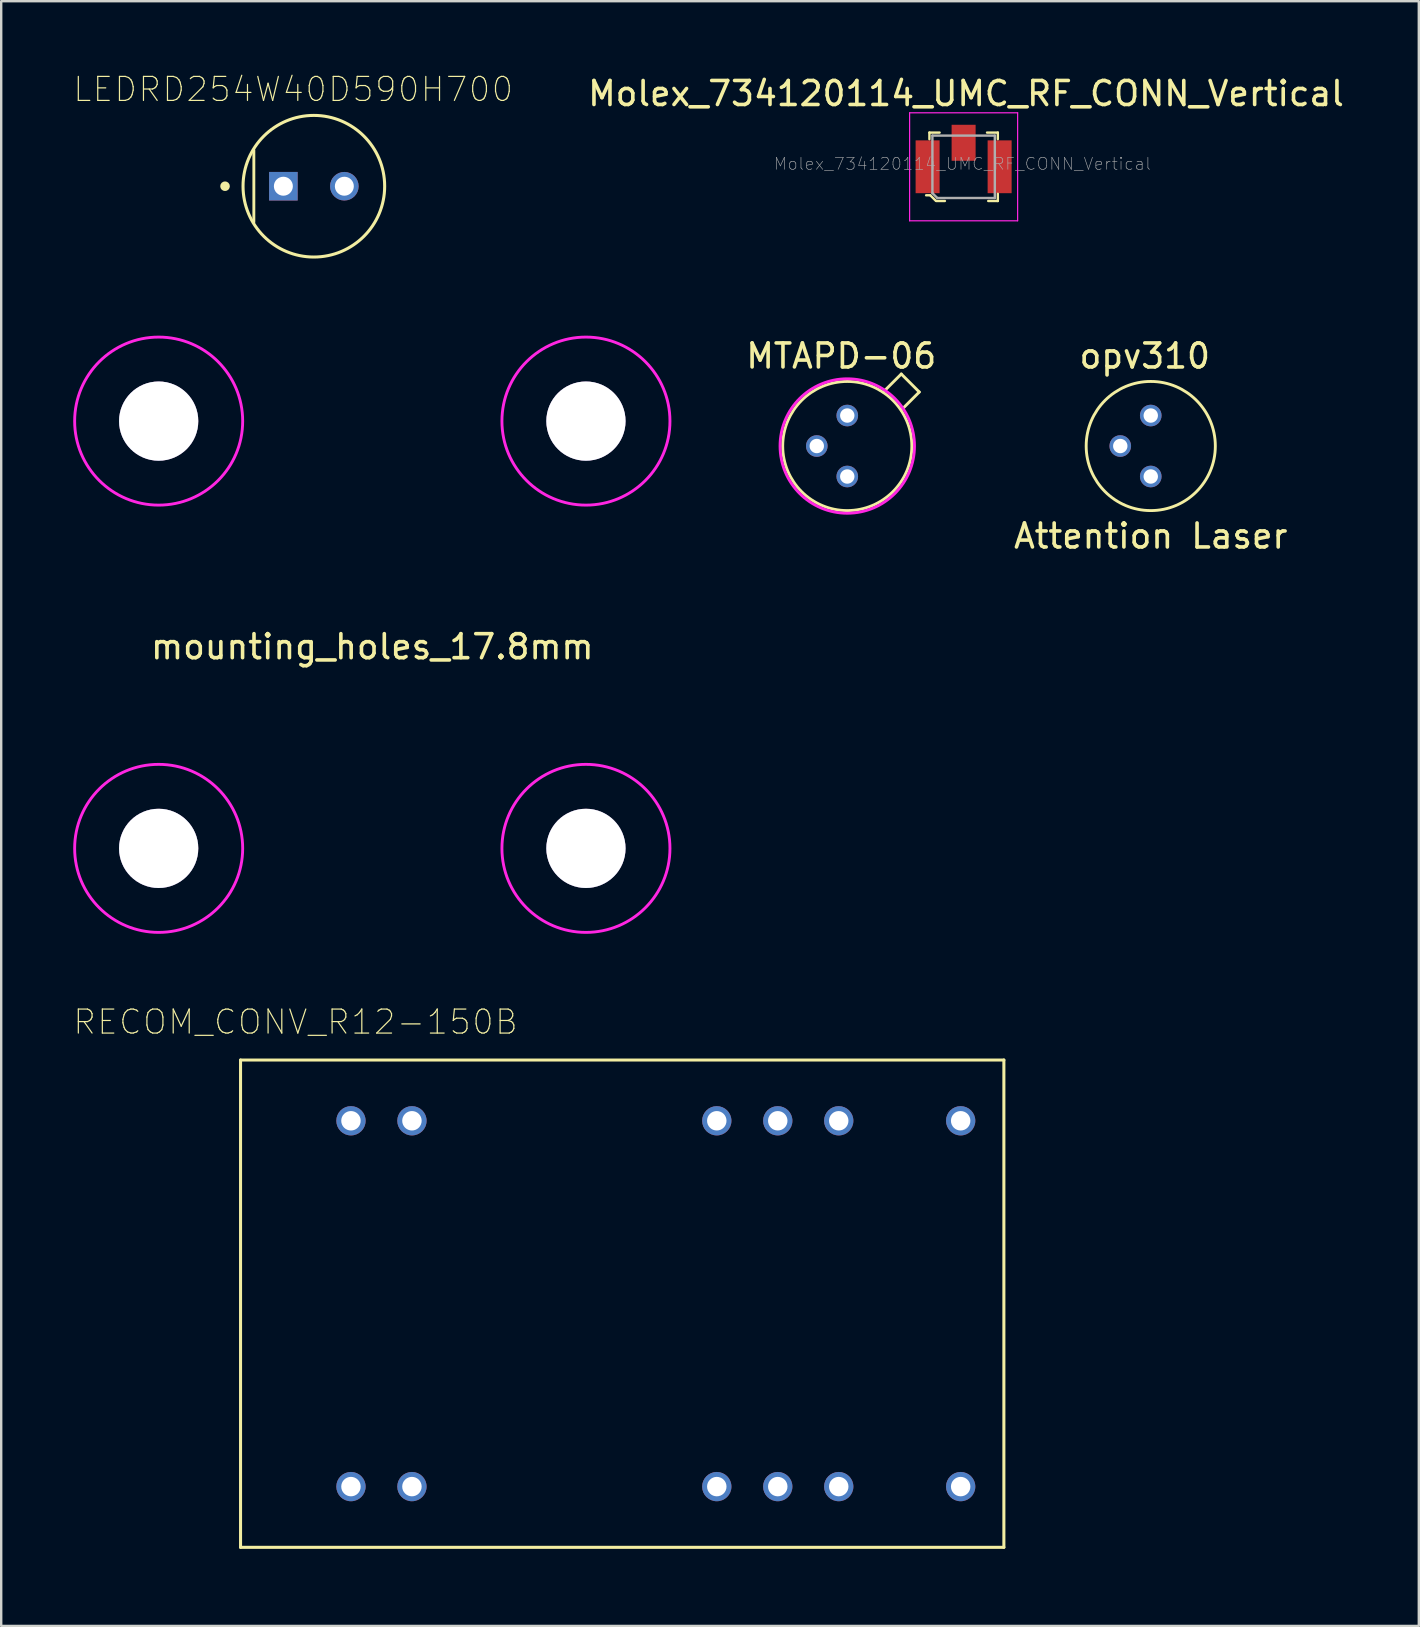
<source format=kicad_pcb>
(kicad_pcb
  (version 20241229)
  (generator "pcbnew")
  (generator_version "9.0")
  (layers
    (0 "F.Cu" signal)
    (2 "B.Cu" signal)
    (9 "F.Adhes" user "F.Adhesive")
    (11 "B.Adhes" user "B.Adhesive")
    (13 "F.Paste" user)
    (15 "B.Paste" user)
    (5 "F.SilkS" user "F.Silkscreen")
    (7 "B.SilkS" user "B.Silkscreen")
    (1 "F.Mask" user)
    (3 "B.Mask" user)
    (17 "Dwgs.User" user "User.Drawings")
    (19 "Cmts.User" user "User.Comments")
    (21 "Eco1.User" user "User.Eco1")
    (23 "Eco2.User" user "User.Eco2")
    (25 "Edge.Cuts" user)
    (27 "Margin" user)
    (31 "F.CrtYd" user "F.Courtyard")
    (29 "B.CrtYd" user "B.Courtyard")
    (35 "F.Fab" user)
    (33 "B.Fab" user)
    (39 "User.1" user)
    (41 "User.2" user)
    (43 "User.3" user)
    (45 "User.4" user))
  (footprint "mounting_holes_17.8mm"
    (layer "F.Cu")
    (at 12.46 23.393)
    (property "Reference" "mounting_holes_17.8mm" (at 0 0.5 0) (layer "F.SilkS") (effects (font (size 1 1) (thickness 0.15))))
    (attr through_hole)
    (fp_circle (center -8.9 -8.9) (end -5.4 -8.9) (stroke (width 0.12) (type solid)) (fill no) (layer "F.CrtYd"))
    (fp_circle (center -8.9 8.9) (end -5.4 8.9) (stroke (width 0.12) (type solid)) (fill no) (layer "F.CrtYd"))
    (fp_circle (center 8.9 -8.9) (end 12.4 -8.9) (stroke (width 0.12) (type solid)) (fill no) (layer "F.CrtYd"))
    (fp_circle (center 8.9 8.9) (end 12.4 8.9) (stroke (width 0.12) (type solid)) (fill no) (layer "F.CrtYd"))
    (pad "1" thru_hole circle (at -8.9 -8.9) (size 3.3 3.3) (drill 3.3) (layers "*.Cu" "*.Mask"))
    (pad "1" thru_hole circle (at -8.9 8.9) (size 3.3 3.3) (drill 3.3) (layers "*.Cu" "*.Mask"))
    (pad "1" thru_hole circle (at 8.9 -8.9) (size 3.3 3.3) (drill 3.3) (layers "*.Cu" "*.Mask"))
    (pad "1" thru_hole circle (at 8.9 8.9) (size 3.3 3.3) (drill 3.3) (layers "*.Cu" "*.Mask")))
  (footprint "Molex_734120114_UMC_RF_CONN_Vertical"
    (layer "F.Cu")
    (at 37.094 3.898)
    (property "Reference" "Molex_734120114_UMC_RF_CONN_Vertical" (at 0.1 -3.05 0) (layer "F.SilkS") (effects (font (size 1 1) (thickness 0.15))))
    (attr smd)
    (fp_line (start -1.562 1.188) (end -1.394 1.188) (stroke (width 0.1) (type solid)) (layer "F.SilkS"))
    (fp_line (start -1.425 -1.425) (end -1.425 -1.15) (stroke (width 0.1) (type solid)) (layer "F.SilkS"))
    (fp_line (start -1.385 1.193) (end -1.165 1.41) (stroke (width 0.1) (type solid)) (layer "F.SilkS"))
    (fp_line (start -1.146 1.425) (end -0.78 1.425) (stroke (width 0.1) (type solid)) (layer "F.SilkS"))
    (fp_line (start -1 -1.425) (end -1.425 -1.425) (stroke (width 0.1) (type solid)) (layer "F.SilkS"))
    (fp_line (start 0.975 -1.425) (end 1.425 -1.425) (stroke (width 0.1) (type solid)) (layer "F.SilkS"))
    (fp_line (start 1.425 -1.425) (end 1.425 -1.15) (stroke (width 0.1) (type solid)) (layer "F.SilkS"))
    (fp_line (start 1.425 1.125) (end 1.425 1.425) (stroke (width 0.1) (type solid)) (layer "F.SilkS"))
    (fp_line (start 1.425 1.425) (end 1.025 1.425) (stroke (width 0.1) (type solid)) (layer "F.SilkS"))
    (fp_line (start -2.25 -2.25) (end 2.25 -2.25) (stroke (width 0.05) (type solid)) (layer "F.CrtYd"))
    (fp_line (start -2.25 2.25) (end -2.25 -2.25) (stroke (width 0.05) (type solid)) (layer "F.CrtYd"))
    (fp_line (start 2.25 -2.25) (end 2.25 2.25) (stroke (width 0.05) (type solid)) (layer "F.CrtYd"))
    (fp_line (start 2.25 2.25) (end -2.25 2.25) (stroke (width 0.05) (type solid)) (layer "F.CrtYd"))
    (fp_line (start -1.3 -1.3) (end -1.3 1.1) (stroke (width 0.1) (type solid)) (layer "F.Fab"))
    (fp_line (start -1.3 -1.3) (end 1.3 -1.3) (stroke (width 0.1) (type solid)) (layer "F.Fab"))
    (fp_line (start -1.298 1.1) (end -1.097 1.3) (stroke (width 0.1) (type solid)) (layer "F.Fab"))
    (fp_line (start 1.3 -1.3) (end 1.3 1.3) (stroke (width 0.1) (type solid)) (layer "F.Fab"))
    (fp_line (start 1.3 1.3) (end -1.097 1.3) (stroke (width 0.1) (type solid)) (layer "F.Fab"))
    (fp_text user "${REFERENCE}" (at -0.05 -0.125 0) (layer "F.Fab") (effects (font (size 0.5 0.5) (thickness 0.025))))
    (pad "1" smd rect (at -1.5 0) (size 1 2.2) (layers "F.Cu" "F.Mask" "F.Paste"))
    (pad "2" smd rect (at 0 -1) (size 1 1.5) (layers "F.Cu" "F.Mask" "F.Paste"))
    (pad "3" smd rect (at 1.5 0) (size 1 2.2) (layers "F.Cu" "F.Mask" "F.Paste")))
  (footprint "MTAPD-06"
    (layer "F.Cu")
    (at 32.247 15.531)
    (property "Reference" "MTAPD-06" (at -0.25 -3.75 0) (layer "F.SilkS") (effects (font (size 1 1) (thickness 0.15))))
    (attr through_hole)
    (fp_line (start 1.5 -2.25) (end 2.25 -3) (stroke (width 0.12) (type solid)) (layer "F.SilkS"))
    (fp_line (start 2.25 -3) (end 3 -2.25) (stroke (width 0.12) (type solid)) (layer "F.SilkS"))
    (fp_line (start 3 -2.25) (end 2.25 -1.5) (stroke (width 0.12) (type solid)) (layer "F.SilkS"))
    (fp_circle (center 0 0) (end 2.69 0) (stroke (width 0.12) (type solid)) (fill no) (layer "F.SilkS"))
    (fp_circle (center 0 0) (end 2.8 0) (stroke (width 0.12) (type solid)) (fill no) (layer "F.CrtYd"))
    (pad "1" thru_hole circle (at 0 -1.27) (size 0.9 0.9) (drill 0.6) (layers "*.Cu" "*.Mask"))
    (pad "2" thru_hole circle (at 0 1.27) (size 0.9 0.9) (drill 0.6) (layers "*.Cu" "*.Mask"))
    (pad "3" thru_hole circle (at -1.27 0) (size 0.9 0.9) (drill 0.6) (layers "*.Cu" "*.Mask")))
  (footprint "LEDRD254W40D590H700"
    (layer "F.Cu")
    (at 10.025 4.708)
    (property "Reference" "LEDRD254W40D590H700" (at -0.86 -4.035 0) (layer "F.SilkS") (effects (font (size 1 1) (thickness 0.05))))
    (attr through_hole)
    (fp_line (start -2.5 -1.5) (end -2.5 1.5) (stroke (width 0.12) (type solid)) (layer "F.SilkS"))
    (fp_circle (center -3.7 0) (end -3.6 0) (stroke (width 0.2) (type solid)) (fill no) (layer "F.SilkS"))
    (fp_circle (center 0 0) (end 2.95 0) (stroke (width 0.127) (type solid)) (fill no) (layer "F.SilkS"))
    (fp_circle (center 0 0) (end 3.2 0) (stroke (width 0.05) (type solid)) (fill no) (layer "Eco1.User"))
    (fp_circle (center -3.7 0) (end -3.6 0) (stroke (width 0.2) (type solid)) (fill no) (layer "Eco2.User"))
    (fp_circle (center 0 0) (end 2.95 0) (stroke (width 0.127) (type solid)) (fill no) (layer "Eco2.User"))
    (fp_text user "A" (at -1 1.5 0) (layer "Eco2.User") (effects (font (size 1 1) (thickness 0.15))))
    (fp_text user "C" (at 1.25 1.5 0) (layer "Eco2.User") (effects (font (size 1 1) (thickness 0.15))))
    (pad "1" thru_hole rect (at -1.27 0) (size 1.19 1.19) (drill 0.79) (layers "*.Cu" "*.Mask"))
    (pad "2" thru_hole circle (at 1.27 0) (size 1.19 1.19) (drill 0.79) (layers "*.Cu" "*.Mask")))
  (footprint "opv310"
    (layer "F.Cu")
    (at 44.89 15.531)
    (property "Reference" "opv310" (at -0.25 -3.75 0) (layer "F.SilkS") (effects (font (size 1 1) (thickness 0.15))))
    (attr through_hole)
    (fp_circle (center 0 0) (end 2.69 0) (stroke (width 0.12) (type solid)) (fill no) (layer "F.SilkS"))
    (fp_text user "Attention Laser" (at 0 3.75 0) (layer "F.SilkS") (effects (font (size 1 1) (thickness 0.15))))
    (pad "1" thru_hole circle (at 0 -1.27) (size 0.9 0.9) (drill 0.6) (layers "*.Cu" "*.Mask"))
    (pad "2" thru_hole circle (at -1.27 0) (size 0.9 0.9) (drill 0.6) (layers "*.Cu" "*.Mask"))
    (pad "3" thru_hole circle (at 0 1.27) (size 0.9 0.9) (drill 0.6) (layers "*.Cu" "*.Mask")))
  (footprint "RECOM_CONV_R12-150B"
    (layer "F.Cu")
    (at 22.871 51.261)
    (property "Reference" "RECOM_CONV_R12-150B" (at -13.61 -11.735 0) (layer "F.SilkS") (effects (font (size 1 1) (thickness 0.05))))
    (attr through_hole)
    (fp_line (start -15.9 -10.15) (end 15.9 -10.15) (stroke (width 0.127) (type solid)) (layer "F.SilkS"))
    (fp_line (start -15.9 10.15) (end -15.9 -10.15) (stroke (width 0.127) (type solid)) (layer "F.SilkS"))
    (fp_line (start 15.9 -10.15) (end 15.9 10.15) (stroke (width 0.127) (type solid)) (layer "F.SilkS"))
    (fp_line (start 15.9 10.15) (end -15.9 10.15) (stroke (width 0.127) (type solid)) (layer "F.SilkS"))
    (fp_line (start -16.15 -10.4) (end 16.15 -10.4) (stroke (width 0.05) (type solid)) (layer "Eco1.User"))
    (fp_line (start -16.15 10.4) (end -16.15 -10.4) (stroke (width 0.05) (type solid)) (layer "Eco1.User"))
    (fp_line (start 16.15 -10.4) (end 16.15 10.4) (stroke (width 0.05) (type solid)) (layer "Eco1.User"))
    (fp_line (start 16.15 10.4) (end -16.15 10.4) (stroke (width 0.05) (type solid)) (layer "Eco1.User"))
    (fp_line (start -15.9 -10.15) (end -15.9 10.15) (stroke (width 0.127) (type solid)) (layer "Eco2.User"))
    (fp_line (start -15.9 10.15) (end 15.9 10.15) (stroke (width 0.127) (type solid)) (layer "Eco2.User"))
    (fp_line (start 15.9 -10.15) (end -15.9 -10.15) (stroke (width 0.127) (type solid)) (layer "Eco2.User"))
    (fp_line (start 15.9 10.15) (end 15.9 -10.15) (stroke (width 0.127) (type solid)) (layer "Eco2.User"))
    (pad "2" thru_hole circle (at -11.3 7.62) (size 1.22 1.22) (drill 0.81) (layers "*.Cu" "*.Mask"))
    (pad "3" thru_hole circle (at -8.76 7.62) (size 1.22 1.22) (drill 0.81) (layers "*.Cu" "*.Mask"))
    (pad "8" thru_hole circle (at 3.94 7.62) (size 1.22 1.22) (drill 0.81) (layers "*.Cu" "*.Mask"))
    (pad "9" thru_hole circle (at 6.48 7.62) (size 1.22 1.22) (drill 0.81) (layers "*.Cu" "*.Mask"))
    (pad "10" thru_hole circle (at 9.02 7.62) (size 1.22 1.22) (drill 0.81) (layers "*.Cu" "*.Mask"))
    (pad "12" thru_hole circle (at 14.1 7.62) (size 1.22 1.22) (drill 0.81) (layers "*.Cu" "*.Mask"))
    (pad "13" thru_hole circle (at 14.1 -7.62) (size 1.22 1.22) (drill 0.81) (layers "*.Cu" "*.Mask"))
    (pad "15" thru_hole circle (at 9.02 -7.62) (size 1.22 1.22) (drill 0.81) (layers "*.Cu" "*.Mask"))
    (pad "16" thru_hole circle (at 6.48 -7.62) (size 1.22 1.22) (drill 0.81) (layers "*.Cu" "*.Mask"))
    (pad "17" thru_hole circle (at 3.94 -7.62) (size 1.22 1.22) (drill 0.81) (layers "*.Cu" "*.Mask"))
    (pad "22" thru_hole circle (at -8.76 -7.62) (size 1.22 1.22) (drill 0.81) (layers "*.Cu" "*.Mask"))
    (pad "23" thru_hole circle (at -11.3 -7.62) (size 1.22 1.22) (drill 0.81) (layers "*.Cu" "*.Mask")))
  (gr_rect
    (start -3 -3)
    (end 56.057 64.686)
    (stroke (width 0.1) (type default))
    (fill no)
    (layer "Edge.Cuts")))
</source>
